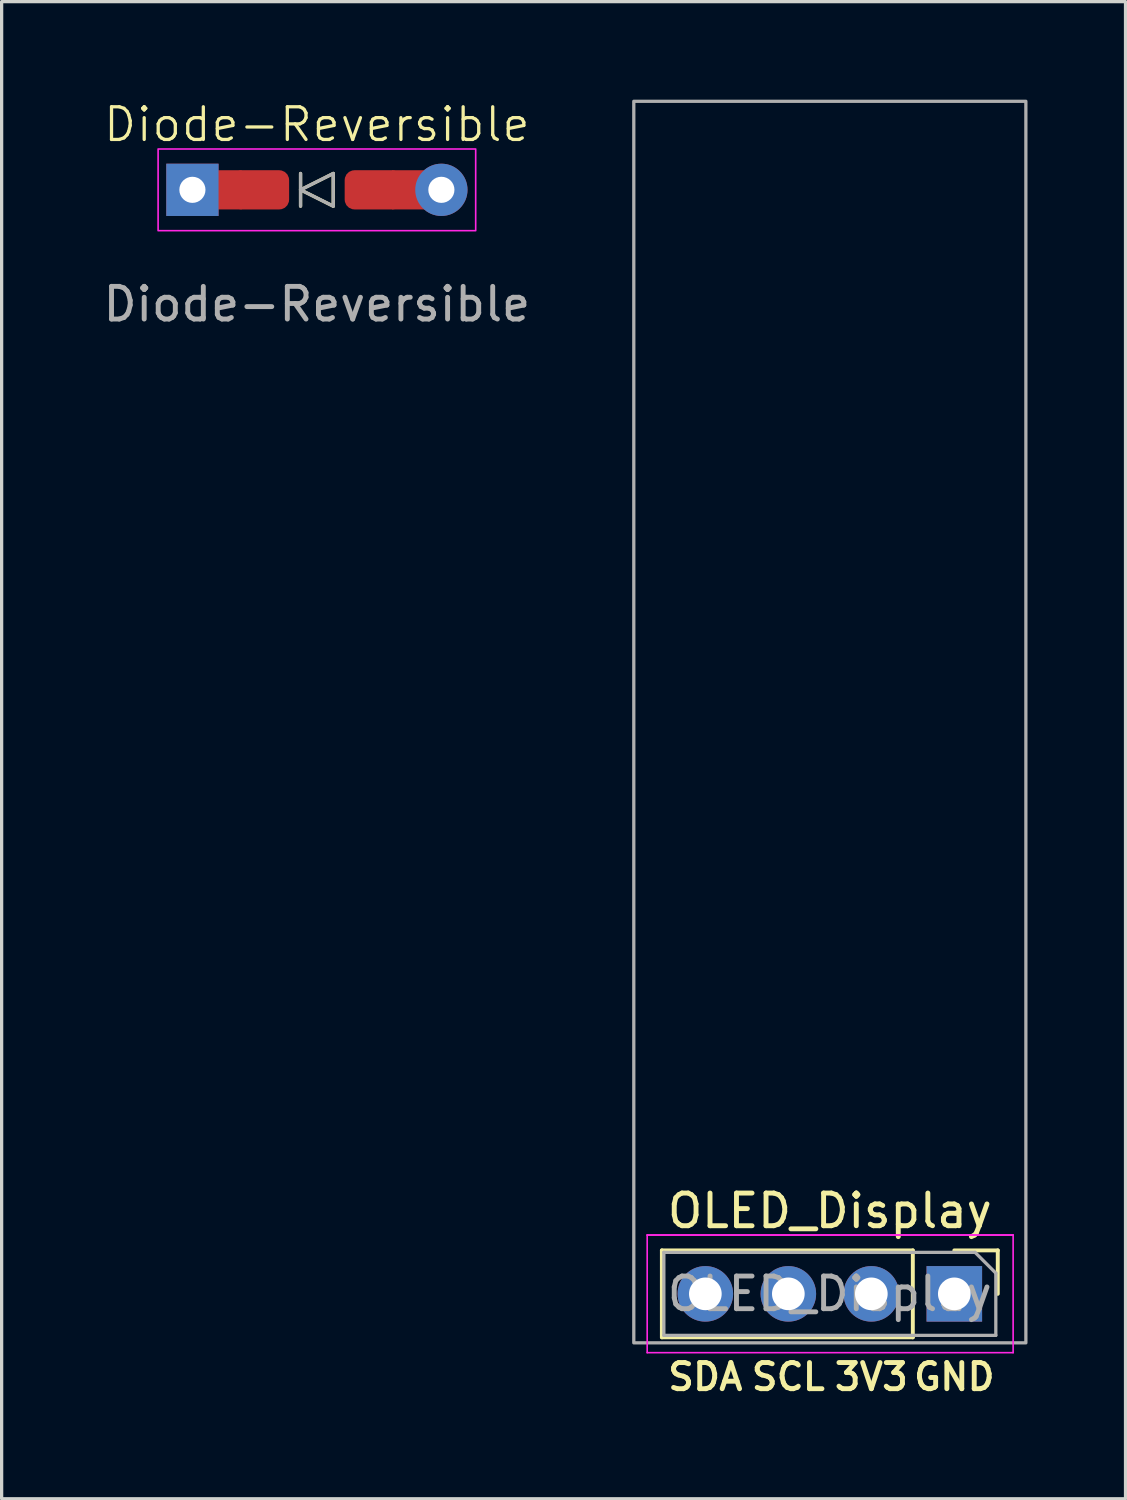
<source format=kicad_pcb>
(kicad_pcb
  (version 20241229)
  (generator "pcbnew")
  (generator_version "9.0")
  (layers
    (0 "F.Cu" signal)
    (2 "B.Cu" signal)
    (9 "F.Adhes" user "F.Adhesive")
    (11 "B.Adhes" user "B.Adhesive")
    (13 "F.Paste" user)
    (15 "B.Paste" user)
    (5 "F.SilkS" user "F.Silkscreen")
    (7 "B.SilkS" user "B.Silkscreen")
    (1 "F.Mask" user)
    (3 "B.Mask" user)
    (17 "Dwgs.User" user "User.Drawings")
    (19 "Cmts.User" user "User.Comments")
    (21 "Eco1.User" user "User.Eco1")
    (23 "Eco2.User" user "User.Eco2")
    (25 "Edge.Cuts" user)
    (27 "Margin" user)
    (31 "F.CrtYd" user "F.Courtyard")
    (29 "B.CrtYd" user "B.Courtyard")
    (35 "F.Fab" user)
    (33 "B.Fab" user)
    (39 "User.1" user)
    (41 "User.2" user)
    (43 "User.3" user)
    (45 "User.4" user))
  (footprint "Diode-Reversible"
    (layer "F.Cu")
    (at 6.649 2.76)
    (property "Reference" "Diode-Reversible" (at 0 -2 0) (unlocked yes) (layer "F.SilkS") (effects (font (size 1 1) (thickness 0.1))))
    (attr through_hole)
    (fp_line (start -0.5 -0.5) (end -0.5 0.5) (stroke (width 0.1) (type default)) (layer "F.SilkS"))
    (fp_line (start -0.5 0) (end 0.5 0.5) (stroke (width 0.1) (type default)) (layer "F.SilkS"))
    (fp_line (start 0.5 -0.5) (end -0.5 0) (stroke (width 0.1) (type default)) (layer "F.SilkS"))
    (fp_line (start 0.5 0.5) (end 0.5 -0.5) (stroke (width 0.1) (type default)) (layer "F.SilkS"))
    (fp_rect (start -4.86 -1.25) (end 4.86 1.25) (stroke (width 0.05) (type default)) (fill no) (layer "F.CrtYd"))
    (fp_line (start -0.5 -0.5) (end -0.5 0.5) (stroke (width 0.1) (type default)) (layer "F.Fab"))
    (fp_line (start 0.5 -0.5) (end -0.5 0) (stroke (width 0.1) (type default)) (layer "F.Fab"))
    (fp_line (start 0.5 0.5) (end -0.5 0) (stroke (width 0.1) (type default)) (layer "F.Fab"))
    (fp_line (start 0.5 0.5) (end 0.5 -0.5) (stroke (width 0.1) (type default)) (layer "F.Fab"))
    (fp_text user "${REFERENCE}" (at 0 3.5 0) (unlocked yes) (layer "F.Fab") (effects (font (size 1 1) (thickness 0.15))))
    (pad "1" thru_hole rect (at -3.81 0) (size 1.6 1.6) (drill 0.8) (layers "*.Cu" "*.Mask"))
    (pad "1" smd rect (at -2.8 0) (size 1 1.2) (layers "F.Cu"))
    (pad "1" smd roundrect (at -1.725 0) (size 1.75 1.2) (layers "F.Cu" "F.Mask" "F.Paste") (roundrect_rratio 0.25))
    (pad "2" smd roundrect (at 1.725 0) (size 1.75 1.2) (layers "F.Cu" "F.Mask" "F.Paste") (roundrect_rratio 0.25))
    (pad "2" smd rect (at 2.8 0) (size 1 1.2) (layers "F.Cu"))
    (pad "2" thru_hole oval (at 3.81 0) (size 1.6 1.6) (drill 0.8) (layers "*.Cu" "*.Mask")))
  (footprint "OLED_Display"
    (layer "F.Cu")
    (at 22.348 36.55)
    (property "Reference" "OLED_Display" (at 0 -2.54 0) (unlocked yes) (layer "F.SilkS") (effects (font (size 1 1) (thickness 0.15))))
    (attr through_hole)
    (fp_line (start -5.14 -1.33) (end -5.14 1.33) (stroke (width 0.12) (type solid)) (layer "F.SilkS"))
    (fp_line (start 2.54 -1.33) (end -5.14 -1.33) (stroke (width 0.12) (type solid)) (layer "F.SilkS"))
    (fp_line (start 2.54 -1.33) (end 2.54 1.33) (stroke (width 0.12) (type solid)) (layer "F.SilkS"))
    (fp_line (start 2.54 1.33) (end -5.14 1.33) (stroke (width 0.12) (type solid)) (layer "F.SilkS"))
    (fp_line (start 3.81 -1.33) (end 5.14 -1.33) (stroke (width 0.12) (type solid)) (layer "F.SilkS"))
    (fp_line (start 5.14 -1.33) (end 5.14 0) (stroke (width 0.12) (type solid)) (layer "F.SilkS"))
    (fp_line (start -5.59 -1.8) (end -5.59 1.8) (stroke (width 0.05) (type solid)) (layer "F.CrtYd"))
    (fp_line (start -5.59 1.8) (end 5.61 1.8) (stroke (width 0.05) (type solid)) (layer "F.CrtYd"))
    (fp_line (start 5.61 -1.8) (end -5.59 -1.8) (stroke (width 0.05) (type solid)) (layer "F.CrtYd"))
    (fp_line (start 5.61 -1.8) (end -5.59 -1.8) (stroke (width 0.05) (type solid)) (layer "F.CrtYd"))
    (fp_line (start 5.61 1.8) (end 5.61 -1.8) (stroke (width 0.05) (type solid)) (layer "F.CrtYd"))
    (fp_line (start -5.08 -1.27) (end 4.445 -1.27) (stroke (width 0.1) (type solid)) (layer "F.Fab"))
    (fp_line (start -5.08 1.27) (end -5.08 -1.27) (stroke (width 0.1) (type solid)) (layer "F.Fab"))
    (fp_line (start 4.445 -1.27) (end 5.08 -0.635) (stroke (width 0.1) (type solid)) (layer "F.Fab"))
    (fp_line (start 5.08 -0.635) (end 5.08 1.27) (stroke (width 0.1) (type solid)) (layer "F.Fab"))
    (fp_line (start 5.08 1.27) (end -5.08 1.27) (stroke (width 0.1) (type solid)) (layer "F.Fab"))
    (fp_rect (start -6 -36.5) (end 6 1.5) (stroke (width 0.1) (type default)) (fill no) (layer "F.Fab"))
    (fp_text user "SCL" (at -1.27 2.54 0) (unlocked yes) (layer "F.SilkS") (effects (font (size 0.8 0.8) (thickness 0.15))))
    (fp_text user "SDA" (at -3.81 2.54 0) (unlocked yes) (layer "F.SilkS") (effects (font (size 0.8 0.8) (thickness 0.15))))
    (fp_text user "3V3" (at 1.27 2.54 0) (unlocked yes) (layer "F.SilkS") (effects (font (size 0.8 0.8) (thickness 0.15))))
    (fp_text user "GND" (at 3.81 2.54 0) (unlocked yes) (layer "F.SilkS") (effects (font (size 0.8 0.8) (thickness 0.15))))
    (fp_text user "${REFERENCE}" (at 0 0 0) (layer "F.Fab") (effects (font (size 1 1) (thickness 0.15))))
    (pad "1" thru_hole rect (at 3.81 0 270) (size 1.7 1.7) (drill 1) (layers "*.Cu" "*.Mask"))
    (pad "2" thru_hole oval (at 1.27 0 270) (size 1.7 1.7) (drill 1) (layers "*.Cu" "*.Mask"))
    (pad "3" thru_hole oval (at -1.27 0 270) (size 1.7 1.7) (drill 1) (layers "*.Cu" "*.Mask"))
    (pad "4" thru_hole oval (at -3.81 0 270) (size 1.7 1.7) (drill 1) (layers "*.Cu" "*.Mask")))
  (gr_rect
    (start -3 -3)
    (end 31.398 42.821)
    (stroke (width 0.1) (type default))
    (fill no)
    (layer "Edge.Cuts")))
</source>
